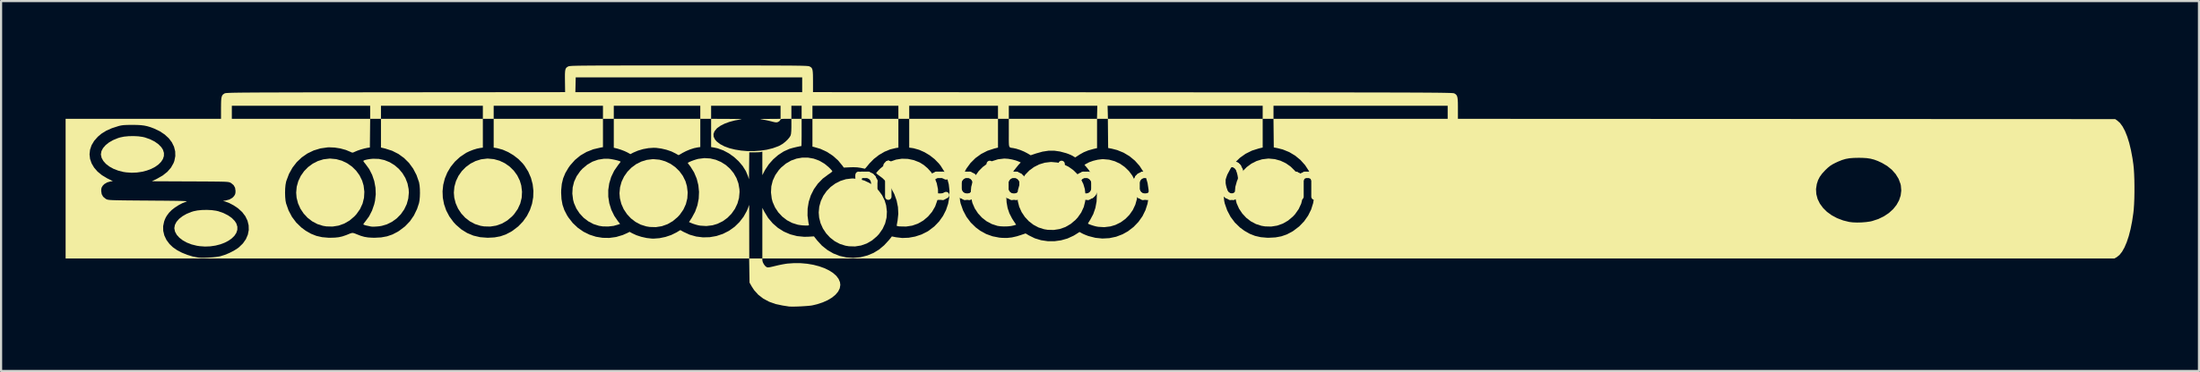
<source format=kicad_pcb>
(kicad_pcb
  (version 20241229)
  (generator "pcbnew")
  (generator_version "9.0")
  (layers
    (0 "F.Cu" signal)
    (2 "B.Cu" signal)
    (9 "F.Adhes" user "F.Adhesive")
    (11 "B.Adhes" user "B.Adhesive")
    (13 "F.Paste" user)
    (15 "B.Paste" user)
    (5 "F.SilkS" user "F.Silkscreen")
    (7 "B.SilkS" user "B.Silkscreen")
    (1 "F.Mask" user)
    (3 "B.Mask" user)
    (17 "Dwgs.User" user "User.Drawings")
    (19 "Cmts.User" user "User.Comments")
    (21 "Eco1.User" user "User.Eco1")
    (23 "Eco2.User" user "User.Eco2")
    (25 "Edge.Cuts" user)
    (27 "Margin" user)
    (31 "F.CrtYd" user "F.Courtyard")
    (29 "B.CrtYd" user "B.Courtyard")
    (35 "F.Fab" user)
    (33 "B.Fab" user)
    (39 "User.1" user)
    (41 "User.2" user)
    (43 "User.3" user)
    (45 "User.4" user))
  (footprint "piccolo_logo_100mm"
    (layer "F.Cu")
    (at 48.472 5.424)
    (property "Reference" "piccolo_logo_100mm" (at 0 0 0) (layer "F.SilkS") (effects (font (size 1.524 1.524) (thickness 0.3))))
    (attr board_only exclude_from_pos_files exclude_from_bom)
    (fp_poly (pts (xy -9.763 -1.594) (xy -9.882 -1.576) (xy -10.146 -1.512) (xy -10.411 -1.402) (xy -10.666 -1.252) (xy -10.902 -1.069) (xy -11.109 -0.858) (xy -11.156 -0.8) (xy -11.224 -0.717) (xy -11.279 -0.652) (xy -11.314 -0.616) (xy -11.322 -0.612) (xy -11.354 -0.618) (xy -11.423 -0.633) (xy -11.515 -0.652) (xy -11.523 -0.653) (xy -11.676 -0.675) (xy -11.856 -0.682) (xy -12.004 -0.678) (xy -12.301 -0.664) (xy -12.36 -0.748) (xy -12.567 -1) (xy -12.812 -1.218) (xy -13.088 -1.399) (xy -13.389 -1.538) (xy -13.686 -1.625) (xy -13.758 -1.641) (xy -13.758 -2.937) (xy -9.763 -2.937)) (stroke (width 0) (type solid)) (fill yes) (layer "F.SilkS"))
    (fp_poly (pts (xy -18.971 -1.621) (xy -19.1 -1.604) (xy -19.265 -1.569) (xy -19.451 -1.509) (xy -19.637 -1.431) (xy -19.795 -1.349) (xy -19.879 -1.299) (xy -19.944 -1.262) (xy -19.978 -1.245) (xy -19.981 -1.244) (xy -20.006 -1.257) (xy -20.063 -1.289) (xy -20.122 -1.323) (xy -20.313 -1.417) (xy -20.539 -1.494) (xy -20.78 -1.551) (xy -21.018 -1.583) (xy -21.14 -1.587) (xy -21.381 -1.571) (xy -21.632 -1.525) (xy -21.874 -1.453) (xy -22.087 -1.362) (xy -22.096 -1.357) (xy -22.218 -1.292) (xy -22.36 -1.371) (xy -22.489 -1.432) (xy -22.648 -1.493) (xy -22.814 -1.546) (xy -22.92 -1.572) (xy -22.992 -1.589) (xy -22.992 -2.937) (xy -18.971 -2.937)) (stroke (width 0) (type solid)) (fill yes) (layer "F.SilkS"))
    (fp_poly (pts (xy -35.894 -1.058) (xy -35.631 -0.985) (xy -35.386 -0.868) (xy -35.163 -0.712) (xy -34.969 -0.522) (xy -34.809 -0.302) (xy -34.689 -0.057) (xy -34.621 0.172) (xy -34.586 0.462) (xy -34.602 0.743) (xy -34.669 1.013) (xy -34.785 1.267) (xy -34.951 1.503) (xy -35.055 1.616) (xy -35.279 1.806) (xy -35.525 1.947) (xy -35.788 2.04) (xy -36.065 2.084) (xy -36.351 2.076) (xy -36.513 2.049) (xy -36.772 1.967) (xy -37.011 1.84) (xy -37.225 1.674) (xy -37.409 1.475) (xy -37.559 1.249) (xy -37.669 1.001) (xy -37.736 0.738) (xy -37.755 0.503) (xy -37.73 0.228) (xy -37.657 -0.033) (xy -37.542 -0.276) (xy -37.388 -0.496) (xy -37.201 -0.688) (xy -36.986 -0.847) (xy -36.747 -0.969) (xy -36.488 -1.05) (xy -36.215 -1.083) (xy -36.169 -1.084)) (stroke (width 0) (type solid)) (fill yes) (layer "F.SilkS"))
    (fp_poly (pts (xy -28.565 -1.058) (xy -28.302 -0.985) (xy -28.057 -0.868) (xy -27.834 -0.712) (xy -27.64 -0.522) (xy -27.48 -0.302) (xy -27.36 -0.057) (xy -27.292 0.172) (xy -27.257 0.462) (xy -27.273 0.743) (xy -27.34 1.013) (xy -27.457 1.267) (xy -27.622 1.503) (xy -27.726 1.616) (xy -27.951 1.806) (xy -28.196 1.947) (xy -28.459 2.04) (xy -28.736 2.084) (xy -29.022 2.076) (xy -29.184 2.049) (xy -29.443 1.967) (xy -29.682 1.84) (xy -29.896 1.674) (xy -30.08 1.475) (xy -30.23 1.249) (xy -30.34 1.001) (xy -30.407 0.738) (xy -30.426 0.503) (xy -30.401 0.228) (xy -30.328 -0.033) (xy -30.213 -0.276) (xy -30.059 -0.496) (xy -29.872 -0.688) (xy -29.657 -0.847) (xy -29.418 -0.969) (xy -29.159 -1.05) (xy -28.886 -1.083) (xy -28.84 -1.084)) (stroke (width 0) (type solid)) (fill yes) (layer "F.SilkS"))
    (fp_poly (pts (xy -20.866 -1.032) (xy -20.603 -0.958) (xy -20.357 -0.841) (xy -20.135 -0.686) (xy -19.941 -0.496) (xy -19.781 -0.276) (xy -19.66 -0.031) (xy -19.593 0.198) (xy -19.557 0.488) (xy -19.574 0.77) (xy -19.641 1.039) (xy -19.757 1.293) (xy -19.922 1.529) (xy -20.027 1.643) (xy -20.251 1.832) (xy -20.497 1.974) (xy -20.76 2.067) (xy -21.036 2.11) (xy -21.322 2.102) (xy -21.484 2.075) (xy -21.744 1.993) (xy -21.983 1.866) (xy -22.197 1.701) (xy -22.381 1.502) (xy -22.531 1.276) (xy -22.641 1.028) (xy -22.708 0.764) (xy -22.727 0.529) (xy -22.701 0.254) (xy -22.629 -0.007) (xy -22.513 -0.25) (xy -22.36 -0.469) (xy -22.173 -0.661) (xy -21.958 -0.821) (xy -21.718 -0.943) (xy -21.46 -1.023) (xy -21.187 -1.057) (xy -21.14 -1.057)) (stroke (width 0) (type solid)) (fill yes) (layer "F.SilkS"))
    (fp_poly (pts (xy -11.605 -0.132) (xy -11.343 -0.059) (xy -11.097 0.058) (xy -10.874 0.214) (xy -10.68 0.404) (xy -10.52 0.624) (xy -10.4 0.869) (xy -10.332 1.098) (xy -10.297 1.388) (xy -10.313 1.669) (xy -10.38 1.939) (xy -10.497 2.193) (xy -10.662 2.429) (xy -10.766 2.542) (xy -10.991 2.732) (xy -11.236 2.873) (xy -11.499 2.966) (xy -11.776 3.01) (xy -12.062 3.002) (xy -12.224 2.975) (xy -12.483 2.893) (xy -12.722 2.766) (xy -12.936 2.6) (xy -13.12 2.401) (xy -13.27 2.175) (xy -13.381 1.927) (xy -13.447 1.664) (xy -13.466 1.429) (xy -13.441 1.154) (xy -13.368 0.893) (xy -13.253 0.65) (xy -13.099 0.43) (xy -12.913 0.238) (xy -12.697 0.079) (xy -12.458 -0.043) (xy -12.2 -0.124) (xy -11.927 -0.157) (xy -11.88 -0.158)) (stroke (width 0) (type solid)) (fill yes) (layer "F.SilkS"))
    (fp_poly (pts (xy -2.371 -0.9) (xy -2.109 -0.826) (xy -1.863 -0.709) (xy -1.64 -0.553) (xy -1.446 -0.363) (xy -1.286 -0.143) (xy -1.166 0.102) (xy -1.098 0.331) (xy -1.063 0.621) (xy -1.079 0.902) (xy -1.146 1.171) (xy -1.263 1.426) (xy -1.428 1.662) (xy -1.532 1.775) (xy -1.757 1.964) (xy -2.002 2.106) (xy -2.266 2.199) (xy -2.542 2.242) (xy -2.828 2.235) (xy -2.99 2.208) (xy -3.249 2.126) (xy -3.488 1.999) (xy -3.702 1.833) (xy -3.886 1.634) (xy -4.036 1.408) (xy -4.147 1.16) (xy -4.213 0.897) (xy -4.232 0.661) (xy -4.207 0.387) (xy -4.134 0.125) (xy -4.019 -0.117) (xy -3.865 -0.337) (xy -3.679 -0.529) (xy -3.463 -0.688) (xy -3.224 -0.811) (xy -2.966 -0.891) (xy -2.693 -0.924) (xy -2.646 -0.925)) (stroke (width 0) (type solid)) (fill yes) (layer "F.SilkS"))
    (fp_poly (pts (xy 7.736 -1.058) (xy 7.998 -0.985) (xy 8.244 -0.868) (xy 8.467 -0.712) (xy 8.661 -0.522) (xy 8.821 -0.302) (xy 8.941 -0.057) (xy 9.009 0.172) (xy 9.044 0.462) (xy 9.028 0.743) (xy 8.961 1.013) (xy 8.844 1.267) (xy 8.679 1.503) (xy 8.575 1.616) (xy 8.35 1.806) (xy 8.105 1.947) (xy 7.842 2.04) (xy 7.565 2.084) (xy 7.279 2.076) (xy 7.117 2.049) (xy 6.858 1.967) (xy 6.619 1.84) (xy 6.405 1.674) (xy 6.221 1.475) (xy 6.071 1.249) (xy 5.96 1.001) (xy 5.894 0.738) (xy 5.875 0.503) (xy 5.9 0.228) (xy 5.973 -0.033) (xy 6.088 -0.276) (xy 6.242 -0.496) (xy 6.428 -0.688) (xy 6.644 -0.847) (xy 6.883 -0.969) (xy 7.142 -1.05) (xy 7.414 -1.083) (xy 7.461 -1.084)) (stroke (width 0) (type solid)) (fill yes) (layer "F.SilkS"))
    (fp_poly (pts (xy -45.093 -2.122) (xy -44.891 -2.094) (xy -44.786 -2.069) (xy -44.544 -1.984) (xy -44.332 -1.877) (xy -44.156 -1.751) (xy -44.021 -1.612) (xy -43.948 -1.497) (xy -43.902 -1.348) (xy -43.904 -1.203) (xy -43.95 -1.062) (xy -44.036 -0.93) (xy -44.159 -0.807) (xy -44.312 -0.698) (xy -44.493 -0.604) (xy -44.697 -0.527) (xy -44.919 -0.47) (xy -45.156 -0.435) (xy -45.403 -0.425) (xy -45.655 -0.442) (xy -45.786 -0.462) (xy -46.028 -0.523) (xy -46.247 -0.608) (xy -46.439 -0.714) (xy -46.598 -0.837) (xy -46.72 -0.973) (xy -46.799 -1.118) (xy -46.831 -1.269) (xy -46.831 -1.287) (xy -46.806 -1.433) (xy -46.731 -1.575) (xy -46.613 -1.711) (xy -46.456 -1.836) (xy -46.264 -1.946) (xy -46.041 -2.038) (xy -45.94 -2.069) (xy -45.759 -2.107) (xy -45.545 -2.128) (xy -45.318 -2.133)) (stroke (width 0) (type solid)) (fill yes) (layer "F.SilkS"))
    (fp_poly (pts (xy -41.68 1.318) (xy -41.478 1.346) (xy -41.373 1.37) (xy -41.131 1.455) (xy -40.919 1.563) (xy -40.742 1.688) (xy -40.608 1.827) (xy -40.535 1.942) (xy -40.489 2.091) (xy -40.491 2.237) (xy -40.537 2.377) (xy -40.623 2.51) (xy -40.745 2.632) (xy -40.899 2.742) (xy -41.08 2.836) (xy -41.284 2.913) (xy -41.506 2.97) (xy -41.743 3.005) (xy -41.989 3.015) (xy -42.242 2.997) (xy -42.373 2.977) (xy -42.615 2.917) (xy -42.834 2.832) (xy -43.026 2.726) (xy -43.185 2.603) (xy -43.307 2.467) (xy -43.386 2.321) (xy -43.418 2.171) (xy -43.418 2.152) (xy -43.392 2.007) (xy -43.318 1.864) (xy -43.2 1.728) (xy -43.043 1.603) (xy -42.851 1.493) (xy -42.628 1.402) (xy -42.526 1.37) (xy -42.346 1.333) (xy -42.132 1.312) (xy -41.905 1.307)) (stroke (width 0) (type solid)) (fill yes) (layer "F.SilkS"))
    (fp_poly (pts (xy -0.529 -1.572) (xy -0.708 -1.53) (xy -0.943 -1.463) (xy -1.146 -1.38) (xy -1.337 -1.273) (xy -1.361 -1.257) (xy -1.445 -1.202) (xy -1.509 -1.161) (xy -1.542 -1.14) (xy -1.545 -1.139) (xy -1.567 -1.152) (xy -1.62 -1.184) (xy -1.654 -1.205) (xy -1.733 -1.246) (xy -1.84 -1.292) (xy -1.953 -1.333) (xy -1.958 -1.335) (xy -2.247 -1.413) (xy -2.519 -1.452) (xy -2.787 -1.45) (xy -3.062 -1.408) (xy -3.358 -1.325) (xy -3.374 -1.32) (xy -3.613 -1.239) (xy -3.772 -1.333) (xy -3.925 -1.412) (xy -4.101 -1.485) (xy -4.279 -1.542) (xy -4.421 -1.573) (xy -4.485 -1.582) (xy -4.535 -1.59) (xy -4.572 -1.604) (xy -4.598 -1.629) (xy -4.615 -1.672) (xy -4.625 -1.74) (xy -4.629 -1.838) (xy -4.631 -1.973) (xy -4.63 -2.151) (xy -4.63 -2.277) (xy -4.63 -2.937) (xy -0.529 -2.937)) (stroke (width 0) (type solid)) (fill yes) (layer "F.SilkS"))
    (fp_poly (pts (xy -4.655 -1.073) (xy -4.477 -1.042) (xy -4.307 -0.997) (xy -4.195 -0.956) (xy -4.077 -0.904) (xy -4.183 -0.789) (xy -4.394 -0.527) (xy -4.555 -0.249) (xy -4.666 0.047) (xy -4.73 0.364) (xy -4.748 0.661) (xy -4.733 0.957) (xy -4.686 1.222) (xy -4.603 1.467) (xy -4.481 1.705) (xy -4.421 1.8) (xy -4.29 1.998) (xy -4.401 2.032) (xy -4.527 2.059) (xy -4.685 2.075) (xy -4.856 2.079) (xy -5.021 2.071) (xy -5.159 2.051) (xy -5.159 2.051) (xy -5.423 1.965) (xy -5.664 1.836) (xy -5.879 1.668) (xy -6.063 1.467) (xy -6.212 1.239) (xy -6.321 0.989) (xy -6.385 0.724) (xy -6.402 0.503) (xy -6.377 0.228) (xy -6.304 -0.033) (xy -6.189 -0.276) (xy -6.035 -0.496) (xy -5.848 -0.688) (xy -5.633 -0.847) (xy -5.394 -0.969) (xy -5.135 -1.05) (xy -4.862 -1.083) (xy -4.815 -1.084)) (stroke (width 0) (type solid)) (fill yes) (layer "F.SilkS"))
    (fp_poly (pts (xy -23.244 -1.076) (xy -23.147 -1.065) (xy -23.036 -1.046) (xy -22.922 -1.022) (xy -22.817 -0.996) (xy -22.734 -0.97) (xy -22.684 -0.948) (xy -22.675 -0.938) (xy -22.69 -0.913) (xy -22.731 -0.858) (xy -22.788 -0.787) (xy -22.789 -0.785) (xy -22.974 -0.518) (xy -23.112 -0.231) (xy -23.203 0.07) (xy -23.249 0.379) (xy -23.248 0.692) (xy -23.2 1.001) (xy -23.106 1.303) (xy -22.966 1.59) (xy -22.804 1.826) (xy -22.7 1.959) (xy -22.773 1.987) (xy -23.001 2.052) (xy -23.252 2.081) (xy -23.506 2.076) (xy -23.68 2.049) (xy -23.939 1.967) (xy -24.179 1.839) (xy -24.395 1.672) (xy -24.581 1.472) (xy -24.732 1.243) (xy -24.841 0.993) (xy -24.884 0.833) (xy -24.919 0.544) (xy -24.903 0.262) (xy -24.836 -0.007) (xy -24.719 -0.262) (xy -24.554 -0.497) (xy -24.45 -0.611) (xy -24.226 -0.8) (xy -23.982 -0.942) (xy -23.72 -1.034) (xy -23.445 -1.077)) (stroke (width 0) (type solid)) (fill yes) (layer "F.SilkS"))
    (fp_poly (pts (xy -18.51 -1.09) (xy -18.251 -1.029) (xy -18.009 -0.926) (xy -17.786 -0.786) (xy -17.59 -0.612) (xy -17.423 -0.409) (xy -17.291 -0.179) (xy -17.199 0.072) (xy -17.152 0.343) (xy -17.146 0.476) (xy -17.171 0.751) (xy -17.245 1.014) (xy -17.362 1.259) (xy -17.518 1.482) (xy -17.708 1.676) (xy -17.928 1.836) (xy -18.173 1.956) (xy -18.402 2.024) (xy -18.69 2.059) (xy -18.974 2.041) (xy -19.066 2.024) (xy -19.181 1.994) (xy -19.301 1.955) (xy -19.361 1.932) (xy -19.496 1.874) (xy -19.367 1.677) (xy -19.213 1.394) (xy -19.105 1.094) (xy -19.044 0.783) (xy -19.03 0.468) (xy -19.061 0.155) (xy -19.138 -0.151) (xy -19.261 -0.442) (xy -19.429 -0.713) (xy -19.475 -0.772) (xy -19.521 -0.832) (xy -19.549 -0.873) (xy -19.553 -0.881) (xy -19.529 -0.901) (xy -19.468 -0.932) (xy -19.38 -0.969) (xy -19.278 -1.007) (xy -19.174 -1.041) (xy -19.081 -1.067) (xy -19.057 -1.072) (xy -18.78 -1.106)) (stroke (width 0) (type solid)) (fill yes) (layer "F.SilkS"))
    (fp_poly (pts (xy -13.703 -1.083) (xy -13.446 -0.989) (xy -13.204 -0.849) (xy -13.015 -0.695) (xy -12.936 -0.618) (xy -12.874 -0.551) (xy -12.839 -0.506) (xy -12.833 -0.493) (xy -12.854 -0.466) (xy -12.91 -0.42) (xy -12.99 -0.364) (xy -13.021 -0.344) (xy -13.283 -0.148) (xy -13.506 0.083) (xy -13.69 0.342) (xy -13.832 0.625) (xy -13.93 0.928) (xy -13.982 1.245) (xy -13.987 1.572) (xy -13.943 1.904) (xy -13.926 1.978) (xy -13.921 2.009) (xy -13.933 2.027) (xy -13.973 2.034) (xy -14.05 2.036) (xy -14.093 2.035) (xy -14.222 2.028) (xy -14.361 2.011) (xy -14.446 1.996) (xy -14.705 1.914) (xy -14.945 1.787) (xy -15.161 1.619) (xy -15.347 1.419) (xy -15.498 1.19) (xy -15.607 0.94) (xy -15.65 0.781) (xy -15.685 0.491) (xy -15.669 0.209) (xy -15.602 -0.06) (xy -15.485 -0.314) (xy -15.32 -0.55) (xy -15.216 -0.664) (xy -14.995 -0.85) (xy -14.754 -0.99) (xy -14.498 -1.083) (xy -14.234 -1.129) (xy -13.967 -1.129)) (stroke (width 0) (type solid)) (fill yes) (layer "F.SilkS"))
    (fp_poly (pts (xy -9.323 -1.07) (xy -9.045 -1.012) (xy -8.784 -0.909) (xy -8.589 -0.79) (xy -8.403 -0.632) (xy -8.238 -0.449) (xy -8.109 -0.254) (xy -8.087 -0.212) (xy -7.98 0.064) (xy -7.923 0.342) (xy -7.918 0.619) (xy -7.962 0.889) (xy -8.055 1.149) (xy -8.196 1.393) (xy -8.385 1.616) (xy -8.61 1.806) (xy -8.855 1.947) (xy -9.12 2.04) (xy -9.404 2.083) (xy -9.707 2.077) (xy -9.757 2.071) (xy -9.815 2.059) (xy -9.842 2.046) (xy -9.842 2.044) (xy -9.838 2.013) (xy -9.826 1.942) (xy -9.808 1.845) (xy -9.8 1.801) (xy -9.767 1.489) (xy -9.783 1.177) (xy -9.845 0.869) (xy -9.951 0.574) (xy -10.097 0.297) (xy -10.282 0.046) (xy -10.502 -0.173) (xy -10.661 -0.293) (xy -10.731 -0.345) (xy -10.78 -0.388) (xy -10.794 -0.409) (xy -10.777 -0.437) (xy -10.729 -0.493) (xy -10.659 -0.567) (xy -10.603 -0.623) (xy -10.378 -0.808) (xy -10.133 -0.946) (xy -9.872 -1.036) (xy -9.601 -1.078)) (stroke (width 0) (type solid)) (fill yes) (layer "F.SilkS"))
    (fp_poly (pts (xy 0.037 -1.032) (xy 0.298 -0.959) (xy 0.541 -0.844) (xy 0.76 -0.69) (xy 0.952 -0.504) (xy 1.112 -0.288) (xy 1.234 -0.049) (xy 1.314 0.209) (xy 1.348 0.482) (xy 1.348 0.529) (xy 1.323 0.804) (xy 1.249 1.066) (xy 1.133 1.312) (xy 0.977 1.535) (xy 0.787 1.729) (xy 0.567 1.889) (xy 0.322 2.009) (xy 0.093 2.077) (xy -0.194 2.112) (xy -0.475 2.095) (xy -0.569 2.078) (xy -0.663 2.054) (xy -0.761 2.024) (xy -0.851 1.993) (xy -0.919 1.965) (xy -0.951 1.946) (xy -0.953 1.943) (xy -0.939 1.918) (xy -0.904 1.86) (xy -0.855 1.782) (xy -0.848 1.771) (xy -0.705 1.503) (xy -0.606 1.215) (xy -0.55 0.913) (xy -0.537 0.606) (xy -0.567 0.3) (xy -0.638 0.002) (xy -0.751 -0.28) (xy -0.904 -0.539) (xy -1.013 -0.676) (xy -1.113 -0.791) (xy -1.053 -0.831) (xy -0.897 -0.913) (xy -0.708 -0.981) (xy -0.505 -1.03) (xy -0.307 -1.055) (xy -0.238 -1.057)) (stroke (width 0) (type solid)) (fill yes) (layer "F.SilkS"))
    (fp_poly (pts (xy -33.913 -1.069) (xy -33.653 -1.014) (xy -33.408 -0.915) (xy -33.183 -0.777) (xy -32.983 -0.605) (xy -32.813 -0.402) (xy -32.677 -0.174) (xy -32.58 0.075) (xy -32.527 0.341) (xy -32.518 0.503) (xy -32.544 0.777) (xy -32.617 1.04) (xy -32.734 1.285) (xy -32.89 1.508) (xy -33.08 1.702) (xy -33.3 1.862) (xy -33.545 1.983) (xy -33.774 2.05) (xy -33.885 2.069) (xy -34.009 2.081) (xy -34.131 2.088) (xy -34.234 2.087) (xy -34.302 2.078) (xy -34.303 2.078) (xy -34.342 2.068) (xy -34.415 2.052) (xy -34.482 2.038) (xy -34.563 2.017) (xy -34.618 1.995) (xy -34.634 1.98) (xy -34.618 1.947) (xy -34.576 1.889) (xy -34.535 1.839) (xy -34.366 1.608) (xy -34.229 1.34) (xy -34.127 1.044) (xy -34.089 0.877) (xy -34.056 0.577) (xy -34.069 0.27) (xy -34.125 -0.033) (xy -34.223 -0.324) (xy -34.359 -0.592) (xy -34.531 -0.829) (xy -34.535 -0.834) (xy -34.589 -0.9) (xy -34.625 -0.952) (xy -34.634 -0.973) (xy -34.609 -0.997) (xy -34.542 -1.021) (xy -34.442 -1.044) (xy -34.319 -1.064) (xy -34.184 -1.077) (xy -34.184 -1.077)) (stroke (width 0) (type solid)) (fill yes) (layer "F.SilkS"))
    (fp_poly (pts (xy -14.261 -2.302) (xy -14.261 -2.125) (xy -14.263 -1.967) (xy -14.265 -1.835) (xy -14.267 -1.737) (xy -14.27 -1.679) (xy -14.272 -1.667) (xy -14.325 -1.66) (xy -14.413 -1.643) (xy -14.523 -1.618) (xy -14.638 -1.59) (xy -14.743 -1.562) (xy -14.825 -1.537) (xy -14.83 -1.536) (xy -15.094 -1.417) (xy -15.347 -1.253) (xy -15.58 -1.051) (xy -15.786 -0.819) (xy -15.956 -0.563) (xy -15.991 -0.498) (xy -16.087 -0.312) (xy -16.087 -1.408) (xy -16.146 -1.393) (xy -16.199 -1.385) (xy -16.288 -1.38) (xy -16.399 -1.377) (xy -16.45 -1.376) (xy -16.694 -1.376) (xy -16.701 -0.748) (xy -16.708 -0.121) (xy -16.754 -0.265) (xy -16.857 -0.508) (xy -17.005 -0.743) (xy -17.191 -0.962) (xy -17.407 -1.16) (xy -17.646 -1.33) (xy -17.901 -1.466) (xy -18.163 -1.562) (xy -18.349 -1.602) (xy -18.468 -1.62) (xy -18.468 -2.937) (xy -17.694 -2.934) (xy -17.471 -2.932) (xy -17.299 -2.93) (xy -17.174 -2.927) (xy -17.095 -2.924) (xy -17.058 -2.919) (xy -17.062 -2.914) (xy -17.102 -2.907) (xy -17.367 -2.861) (xy -17.616 -2.795) (xy -17.84 -2.712) (xy -18.032 -2.615) (xy -18.182 -2.508) (xy -18.213 -2.479) (xy -18.312 -2.354) (xy -18.358 -2.229) (xy -18.351 -2.104) (xy -18.291 -1.979) (xy -18.213 -1.886) (xy -18.054 -1.761) (xy -17.853 -1.655) (xy -17.618 -1.568) (xy -17.354 -1.503) (xy -17.071 -1.458) (xy -16.774 -1.434) (xy -16.471 -1.433) (xy -16.17 -1.454) (xy -15.878 -1.498) (xy -15.602 -1.566) (xy -15.349 -1.658) (xy -15.298 -1.681) (xy -15.161 -1.759) (xy -15.027 -1.86) (xy -14.908 -1.973) (xy -14.816 -2.086) (xy -14.773 -2.162) (xy -14.754 -2.24) (xy -14.742 -2.368) (xy -14.737 -2.547) (xy -14.737 -2.592) (xy -14.737 -2.937) (xy -14.261 -2.937)) (stroke (width 0) (type solid)) (fill yes) (layer "F.SilkS"))
    (fp_poly (pts (xy -18.863 -5.424) (xy -18.276 -5.424) (xy -17.738 -5.424) (xy -17.247 -5.423) (xy -16.8 -5.423) (xy -16.395 -5.423) (xy -16.031 -5.422) (xy -15.704 -5.421) (xy -15.413 -5.421) (xy -15.155 -5.419) (xy -14.93 -5.418) (xy -14.733 -5.417) (xy -14.564 -5.415) (xy -14.42 -5.413) (xy -14.298 -5.411) (xy -14.198 -5.408) (xy -14.116 -5.405) (xy -14.051 -5.402) (xy -14 -5.398) (xy -13.961 -5.395) (xy -13.933 -5.39) (xy -13.912 -5.386) (xy -13.897 -5.38) (xy -13.891 -5.378) (xy -13.84 -5.349) (xy -13.801 -5.316) (xy -13.773 -5.27) (xy -13.754 -5.206) (xy -13.742 -5.116) (xy -13.735 -4.992) (xy -13.733 -4.827) (xy -13.732 -4.69) (xy -13.732 -4.181) (xy 1.131 -4.174) (xy 2.193 -4.173) (xy 3.202 -4.173) (xy 4.162 -4.172) (xy 5.072 -4.172) (xy 5.935 -4.172) (xy 6.751 -4.171) (xy 7.522 -4.171) (xy 8.25 -4.17) (xy 8.934 -4.17) (xy 9.578 -4.169) (xy 10.181 -4.168) (xy 10.746 -4.168) (xy 11.273 -4.167) (xy 11.764 -4.166) (xy 12.22 -4.166) (xy 12.643 -4.165) (xy 13.033 -4.164) (xy 13.393 -4.163) (xy 13.723 -4.162) (xy 14.024 -4.161) (xy 14.299 -4.16) (xy 14.547 -4.159) (xy 14.771 -4.157) (xy 14.972 -4.156) (xy 15.151 -4.154) (xy 15.309 -4.153) (xy 15.449 -4.151) (xy 15.57 -4.149) (xy 15.674 -4.147) (xy 15.763 -4.145) (xy 15.837 -4.143) (xy 15.899 -4.141) (xy 15.949 -4.138) (xy 15.989 -4.136) (xy 16.02 -4.133) (xy 16.043 -4.13) (xy 16.06 -4.127) (xy 16.072 -4.124) (xy 16.079 -4.121) (xy 16.08 -4.12) (xy 16.134 -4.087) (xy 16.174 -4.048) (xy 16.204 -3.996) (xy 16.224 -3.924) (xy 16.236 -3.825) (xy 16.243 -3.69) (xy 16.245 -3.513) (xy 16.245 -3.428) (xy 16.245 -2.937) (xy 46.795 -2.924) (xy 46.893 -2.857) (xy 47.021 -2.743) (xy 47.141 -2.578) (xy 47.253 -2.367) (xy 47.356 -2.11) (xy 47.449 -1.812) (xy 47.53 -1.474) (xy 47.6 -1.099) (xy 47.642 -0.807) (xy 47.662 -0.606) (xy 47.677 -0.364) (xy 47.687 -0.094) (xy 47.691 0.194) (xy 47.691 0.486) (xy 47.686 0.772) (xy 47.675 1.039) (xy 47.659 1.275) (xy 47.642 1.442) (xy 47.583 1.839) (xy 47.511 2.201) (xy 47.427 2.527) (xy 47.332 2.813) (xy 47.228 3.057) (xy 47.115 3.257) (xy 46.994 3.409) (xy 46.867 3.511) (xy 46.86 3.515) (xy 46.758 3.572) (xy 15.336 3.572) (xy -16.087 3.572) (xy -16.087 3.652) (xy -16.068 3.738) (xy -16.021 3.833) (xy -15.958 3.918) (xy -15.891 3.972) (xy -15.887 3.974) (xy -15.85 3.985) (xy -15.799 3.985) (xy -15.724 3.975) (xy -15.616 3.951) (xy -15.484 3.919) (xy -15.332 3.883) (xy -15.172 3.85) (xy -15.026 3.824) (xy -14.922 3.809) (xy -14.607 3.787) (xy -14.297 3.79) (xy -13.997 3.817) (xy -13.712 3.866) (xy -13.445 3.936) (xy -13.201 4.023) (xy -12.984 4.128) (xy -12.799 4.247) (xy -12.65 4.379) (xy -12.542 4.523) (xy -12.478 4.676) (xy -12.462 4.802) (xy -12.488 4.96) (xy -12.563 5.112) (xy -12.684 5.257) (xy -12.846 5.392) (xy -13.047 5.513) (xy -13.282 5.618) (xy -13.548 5.705) (xy -13.759 5.755) (xy -13.848 5.769) (xy -13.973 5.781) (xy -14.123 5.792) (xy -14.286 5.802) (xy -14.45 5.809) (xy -14.604 5.813) (xy -14.735 5.813) (xy -14.833 5.81) (xy -14.87 5.806) (xy -14.928 5.796) (xy -15.02 5.782) (xy -15.126 5.766) (xy -15.134 5.765) (xy -15.47 5.694) (xy -15.773 5.586) (xy -16.042 5.442) (xy -16.274 5.263) (xy -16.466 5.05) (xy -16.577 4.881) (xy -16.682 4.696) (xy -16.691 4.134) (xy -16.7 3.572) (xy -48.472 3.572) (xy -48.472 -1.282) (xy -47.36 -1.282) (xy -47.336 -1.07) (xy -47.265 -0.863) (xy -47.149 -0.665) (xy -46.989 -0.479) (xy -46.784 -0.311) (xy -46.537 -0.162) (xy -46.507 -0.147) (xy -46.276 -0.033) (xy -46.378 -0.02) (xy -46.537 0.024) (xy -46.673 0.104) (xy -46.747 0.18) (xy -46.791 0.251) (xy -46.813 0.325) (xy -46.818 0.423) (xy -46.795 0.572) (xy -46.728 0.694) (xy -46.614 0.788) (xy -46.575 0.81) (xy -46.553 0.82) (xy -46.527 0.828) (xy -46.493 0.835) (xy -46.447 0.841) (xy -46.385 0.847) (xy -46.303 0.851) (xy -46.198 0.855) (xy -46.066 0.858) (xy -45.902 0.861) (xy -45.704 0.864) (xy -45.467 0.866) (xy -45.187 0.869) (xy -44.861 0.871) (xy -44.609 0.873) (xy -44.248 0.876) (xy -43.937 0.878) (xy -43.672 0.881) (xy -43.451 0.883) (xy -43.269 0.886) (xy -43.124 0.889) (xy -43.013 0.893) (xy -42.933 0.896) (xy -42.879 0.901) (xy -42.85 0.906) (xy -42.841 0.911) (xy -42.849 0.918) (xy -42.862 0.922) (xy -43.035 0.989) (xy -43.215 1.083) (xy -43.39 1.195) (xy -43.543 1.315) (xy -43.661 1.435) (xy -43.67 1.446) (xy -43.754 1.558) (xy -43.813 1.653) (xy -43.859 1.754) (xy -43.893 1.848) (xy -43.939 2.065) (xy -43.935 2.284) (xy -43.883 2.5) (xy -43.784 2.708) (xy -43.641 2.9) (xy -43.482 3.051) (xy -43.293 3.182) (xy -43.067 3.301) (xy -42.817 3.402) (xy -42.56 3.48) (xy -42.308 3.528) (xy -42.307 3.529) (xy -42.18 3.538) (xy -42.017 3.538) (xy -41.835 3.531) (xy -41.649 3.518) (xy -41.475 3.5) (xy -41.329 3.477) (xy -41.275 3.465) (xy -41.069 3.401) (xy -40.855 3.312) (xy -40.652 3.208) (xy -40.476 3.096) (xy -40.417 3.051) (xy -40.231 2.87) (xy -40.092 2.671) (xy -40.002 2.461) (xy -39.959 2.244) (xy -39.965 2.025) (xy -40.018 1.809) (xy -40.118 1.602) (xy -40.266 1.407) (xy -40.46 1.23) (xy -40.468 1.225) (xy -40.664 1.094) (xy -40.865 0.988) (xy -41.037 0.923) (xy -41.156 0.887) (xy -41.033 0.869) (xy -40.857 0.823) (xy -40.718 0.742) (xy -40.645 0.666) (xy -40.601 0.596) (xy -40.579 0.522) (xy -40.579 0.511) (xy -38.272 0.511) (xy -38.266 0.702) (xy -38.25 0.875) (xy -38.225 1.002) (xy -38.109 1.332) (xy -37.951 1.631) (xy -37.752 1.897) (xy -37.513 2.129) (xy -37.312 2.278) (xy -37.065 2.419) (xy -36.816 2.518) (xy -36.552 2.578) (xy -36.26 2.604) (xy -36.169 2.605) (xy -35.956 2.599) (xy -35.777 2.58) (xy -35.611 2.543) (xy -35.439 2.485) (xy -35.338 2.444) (xy -35.237 2.403) (xy -35.165 2.383) (xy -35.102 2.384) (xy -35.028 2.406) (xy -34.935 2.444) (xy -34.752 2.515) (xy -34.585 2.563) (xy -34.415 2.591) (xy -34.223 2.603) (xy -34.105 2.605) (xy -33.803 2.589) (xy -33.531 2.539) (xy -33.279 2.452) (xy -33.033 2.324) (xy -32.962 2.278) (xy -32.694 2.074) (xy -32.468 1.838) (xy -32.283 1.568) (xy -32.136 1.264) (xy -32.046 0.992) (xy -32.022 0.863) (xy -32.007 0.699) (xy -32.001 0.517) (xy -32.003 0.439) (xy -30.951 0.439) (xy -30.939 0.741) (xy -30.882 1.04) (xy -30.782 1.332) (xy -30.636 1.611) (xy -30.444 1.873) (xy -30.328 1.999) (xy -30.077 2.217) (xy -29.807 2.385) (xy -29.516 2.506) (xy -29.201 2.579) (xy -28.863 2.605) (xy -28.84 2.605) (xy -28.537 2.589) (xy -28.266 2.539) (xy -28.014 2.452) (xy -27.768 2.324) (xy -27.696 2.278) (xy -27.434 2.077) (xy -27.211 1.845) (xy -27.03 1.589) (xy -26.89 1.313) (xy -26.792 1.022) (xy -26.738 0.721) (xy -26.731 0.503) (xy -25.439 0.503) (xy -25.423 0.801) (xy -25.375 1.068) (xy -25.29 1.316) (xy -25.164 1.56) (xy -25.1 1.66) (xy -24.897 1.921) (xy -24.662 2.142) (xy -24.401 2.323) (xy -24.119 2.462) (xy -23.821 2.558) (xy -23.513 2.608) (xy -23.199 2.613) (xy -22.884 2.57) (xy -22.575 2.478) (xy -22.366 2.386) (xy -22.256 2.33) (xy -22.139 2.395) (xy -21.94 2.487) (xy -21.71 2.562) (xy -21.467 2.616) (xy -21.23 2.643) (xy -21.143 2.646) (xy -20.87 2.625) (xy -20.589 2.567) (xy -20.319 2.476) (xy -20.079 2.357) (xy -20.072 2.353) (xy -19.898 2.248) (xy -19.757 2.328) (xy -19.467 2.462) (xy -19.162 2.548) (xy -18.849 2.587) (xy -18.534 2.579) (xy -18.222 2.525) (xy -17.921 2.425) (xy -17.636 2.281) (xy -17.374 2.093) (xy -17.371 2.09) (xy -17.149 1.872) (xy -16.96 1.626) (xy -16.813 1.364) (xy -16.759 1.237) (xy -16.698 1.072) (xy -16.697 2.322) (xy -16.695 3.572) (xy -16.087 3.572) (xy -16.087 1.212) (xy -15.991 1.397) (xy -15.815 1.685) (xy -15.602 1.936) (xy -15.358 2.148) (xy -15.085 2.319) (xy -14.789 2.446) (xy -14.474 2.528) (xy -14.143 2.561) (xy -13.954 2.557) (xy -13.687 2.541) (xy -13.537 2.732) (xy -13.316 2.974) (xy -13.064 3.175) (xy -12.788 3.336) (xy -12.493 3.452) (xy -12.184 3.522) (xy -11.867 3.544) (xy -11.548 3.516) (xy -11.505 3.508) (xy -11.198 3.429) (xy -10.919 3.312) (xy -10.663 3.156) (xy -10.424 2.955) (xy -10.195 2.706) (xy -10.12 2.612) (xy -10.067 2.543) (xy -9.869 2.583) (xy -9.582 2.616) (xy -9.282 2.604) (xy -8.981 2.549) (xy -8.69 2.453) (xy -8.419 2.318) (xy -8.355 2.278) (xy -8.093 2.077) (xy -7.87 1.845) (xy -7.689 1.589) (xy -7.549 1.313) (xy -7.451 1.022) (xy -7.397 0.721) (xy -7.39 0.511) (xy -6.919 0.511) (xy -6.913 0.702) (xy -6.897 0.875) (xy -6.872 1.002) (xy -6.756 1.332) (xy -6.598 1.631) (xy -6.399 1.897) (xy -6.16 2.129) (xy -5.959 2.278) (xy -5.682 2.431) (xy -5.388 2.537) (xy -5.071 2.599) (xy -4.933 2.611) (xy -4.707 2.614) (xy -4.487 2.59) (xy -4.256 2.537) (xy -4.088 2.484) (xy -3.85 2.404) (xy -3.694 2.497) (xy -3.423 2.631) (xy -3.13 2.72) (xy -2.824 2.765) (xy -2.512 2.767) (xy -2.203 2.725) (xy -1.904 2.64) (xy -1.623 2.511) (xy -1.522 2.45) (xy -1.343 2.336) (xy -1.23 2.399) (xy -1.146 2.44) (xy -1.035 2.486) (xy -0.931 2.525) (xy -0.608 2.608) (xy -0.282 2.641) (xy 0.041 2.624) (xy 0.357 2.558) (xy 0.658 2.443) (xy 0.905 2.305) (xy 1.171 2.1) (xy 1.397 1.864) (xy 1.582 1.602) (xy 1.722 1.317) (xy 1.818 1.016) (xy 1.867 0.702) (xy 1.868 0.511) (xy 5.358 0.511) (xy 5.363 0.702) (xy 5.38 0.875) (xy 5.405 1.002) (xy 5.521 1.332) (xy 5.678 1.631) (xy 5.877 1.897) (xy 6.116 2.129) (xy 6.318 2.278) (xy 6.564 2.419) (xy 6.814 2.518) (xy 7.078 2.578) (xy 7.37 2.604) (xy 7.461 2.605) (xy 7.763 2.589) (xy 8.035 2.539) (xy 8.287 2.452) (xy 8.533 2.324) (xy 8.604 2.278) (xy 8.871 2.074) (xy 9.097 1.838) (xy 9.281 1.575) (xy 9.422 1.291) (xy 9.517 0.989) (xy 9.567 0.676) (xy 9.568 0.354) (xy 9.565 0.337) (xy 32.89 0.337) (xy 32.904 0.572) (xy 32.964 0.799) (xy 33.069 1.014) (xy 33.215 1.214) (xy 33.399 1.397) (xy 33.619 1.557) (xy 33.871 1.692) (xy 34.153 1.799) (xy 34.431 1.868) (xy 34.598 1.888) (xy 34.797 1.896) (xy 35.011 1.891) (xy 35.221 1.874) (xy 35.41 1.847) (xy 35.494 1.828) (xy 35.785 1.733) (xy 36.046 1.606) (xy 36.277 1.452) (xy 36.473 1.274) (xy 36.631 1.077) (xy 36.749 0.864) (xy 36.824 0.639) (xy 36.853 0.406) (xy 36.833 0.168) (xy 36.816 0.094) (xy 36.728 -0.141) (xy 36.593 -0.361) (xy 36.415 -0.563) (xy 36.199 -0.739) (xy 35.953 -0.884) (xy 35.763 -0.972) (xy 35.591 -1.036) (xy 35.423 -1.079) (xy 35.243 -1.106) (xy 35.037 -1.118) (xy 34.872 -1.12) (xy 34.639 -1.115) (xy 34.443 -1.099) (xy 34.269 -1.068) (xy 34.101 -1.018) (xy 33.925 -0.947) (xy 33.787 -0.883) (xy 33.654 -0.813) (xy 33.545 -0.743) (xy 33.442 -0.66) (xy 33.326 -0.55) (xy 33.321 -0.545) (xy 33.173 -0.384) (xy 33.064 -0.233) (xy 32.985 -0.078) (xy 32.928 0.096) (xy 32.927 0.098) (xy 32.89 0.337) (xy 9.565 0.337) (xy 9.519 0.029) (xy 9.447 -0.216) (xy 9.316 -0.51) (xy 9.141 -0.779) (xy 8.928 -1.017) (xy 8.681 -1.221) (xy 8.405 -1.386) (xy 8.106 -1.508) (xy 7.858 -1.571) (xy 7.686 -1.604) (xy 7.679 -2.27) (xy 7.672 -2.937) (xy 7.673 -2.937) (xy 15.769 -2.937) (xy 15.769 -3.545) (xy 7.673 -3.545) (xy 7.673 -2.937) (xy 7.672 -2.937) (xy 7.17 -2.937) (xy 7.17 -1.599) (xy 6.989 -1.556) (xy 6.67 -1.455) (xy 6.377 -1.309) (xy 6.113 -1.122) (xy 5.882 -0.896) (xy 5.685 -0.635) (xy 5.527 -0.34) (xy 5.41 -0.016) (xy 5.405 0.003) (xy 5.378 0.144) (xy 5.362 0.319) (xy 5.358 0.511) (xy 1.868 0.511) (xy 1.868 0.38) (xy 1.819 0.056) (xy 1.748 -0.189) (xy 1.616 -0.484) (xy 1.441 -0.752) (xy 1.228 -0.99) (xy 0.981 -1.194) (xy 0.706 -1.359) (xy 0.407 -1.481) (xy 0.159 -1.545) (xy -0.013 -1.577) (xy -0.027 -2.937) (xy -0.532 -2.937) (xy -0.524 -3.241) (xy -0.516 -3.546) (xy -0.04 -3.546) (xy -0.031 -3.241) (xy -0.023 -2.937) (xy 7.17 -2.937) (xy 7.17 -3.545) (xy -0.04 -3.546) (xy -0.516 -3.546) (xy -2.573 -3.545) (xy -4.63 -3.545) (xy -4.63 -2.937) (xy -5.133 -2.937) (xy -5.133 -1.595) (xy -5.305 -1.553) (xy -5.625 -1.448) (xy -5.918 -1.298) (xy -6.18 -1.108) (xy -6.41 -0.879) (xy -6.604 -0.614) (xy -6.76 -0.317) (xy -6.872 0.003) (xy -6.898 0.144) (xy -6.914 0.319) (xy -6.919 0.511) (xy -7.39 0.511) (xy -7.387 0.416) (xy -7.422 0.111) (xy -7.502 -0.189) (xy -7.628 -0.479) (xy -7.801 -0.754) (xy -7.886 -0.861) (xy -8.079 -1.058) (xy -8.303 -1.234) (xy -8.547 -1.381) (xy -8.8 -1.493) (xy -9.05 -1.564) (xy -9.131 -1.577) (xy -9.26 -1.594) (xy -9.26 -2.937) (xy -5.133 -2.937) (xy -5.133 -3.545) (xy -9.26 -3.545) (xy -9.26 -2.937) (xy -9.763 -2.937) (xy -9.763 -3.545) (xy -13.758 -3.545) (xy -13.758 -2.937) (xy -14.261 -2.937) (xy -14.261 -3.545) (xy -14.737 -3.545) (xy -14.737 -2.937) (xy -14.987 -2.937) (xy -15.104 -2.936) (xy -15.179 -2.932) (xy -15.222 -2.922) (xy -15.244 -2.905) (xy -15.254 -2.882) (xy -15.289 -2.834) (xy -15.351 -2.793) (xy -15.355 -2.791) (xy -15.401 -2.776) (xy -15.451 -2.772) (xy -15.517 -2.781) (xy -15.613 -2.803) (xy -15.676 -2.82) (xy -15.81 -2.852) (xy -15.952 -2.882) (xy -16.076 -2.903) (xy -16.099 -2.907) (xy -16.155 -2.915) (xy -16.178 -2.921) (xy -16.164 -2.925) (xy -16.111 -2.929) (xy -16.014 -2.931) (xy -15.87 -2.933) (xy -15.763 -2.933) (xy -15.24 -2.937) (xy -15.24 -3.545) (xy -18.468 -3.545) (xy -18.468 -2.937) (xy -18.971 -2.937) (xy -18.971 -3.545) (xy -22.992 -3.545) (xy -22.992 -2.937) (xy -23.495 -2.937) (xy -23.495 -1.616) (xy -23.594 -1.6) (xy -23.944 -1.518) (xy -24.261 -1.393) (xy -24.546 -1.227) (xy -24.798 -1.019) (xy -25.019 -0.769) (xy -25.1 -0.655) (xy -25.244 -0.41) (xy -25.345 -0.165) (xy -25.408 0.093) (xy -25.436 0.377) (xy -25.439 0.503) (xy -26.731 0.503) (xy -26.728 0.416) (xy -26.763 0.111) (xy -26.843 -0.189) (xy -26.969 -0.479) (xy -27.142 -0.754) (xy -27.227 -0.861) (xy -27.422 -1.06) (xy -27.65 -1.237) (xy -27.897 -1.385) (xy -28.154 -1.498) (xy -28.408 -1.568) (xy -28.456 -1.576) (xy -28.575 -1.594) (xy -28.575 -2.937) (xy -23.495 -2.937) (xy -23.495 -3.545) (xy -28.575 -3.545) (xy -28.575 -2.937) (xy -29.078 -2.937) (xy -29.078 -1.594) (xy -29.207 -1.577) (xy -29.355 -1.547) (xy -29.525 -1.495) (xy -29.696 -1.428) (xy -29.847 -1.356) (xy -29.862 -1.347) (xy -30.139 -1.161) (xy -30.376 -0.943) (xy -30.573 -0.7) (xy -30.73 -0.435) (xy -30.846 -0.154) (xy -30.92 0.139) (xy -30.951 0.439) (xy -32.003 0.439) (xy -32.005 0.333) (xy -32.019 0.165) (xy -32.042 0.03) (xy -32.046 0.013) (xy -32.162 -0.318) (xy -32.318 -0.617) (xy -32.511 -0.882) (xy -32.74 -1.11) (xy -33.002 -1.3) (xy -33.294 -1.448) (xy -33.614 -1.551) (xy -33.633 -1.556) (xy -33.814 -1.599) (xy -33.814 -2.268) (xy -33.814 -2.937) (xy -29.078 -2.937) (xy -29.078 -3.545) (xy -33.814 -3.545) (xy -33.814 -2.937) (xy -34.316 -2.937) (xy -34.33 -1.602) (xy -34.462 -1.581) (xy -34.598 -1.551) (xy -34.754 -1.507) (xy -34.906 -1.454) (xy -35.03 -1.402) (xy -35.038 -1.398) (xy -35.104 -1.368) (xy -35.151 -1.363) (xy -35.202 -1.382) (xy -35.221 -1.392) (xy -35.445 -1.486) (xy -35.699 -1.556) (xy -35.964 -1.598) (xy -36.223 -1.609) (xy -36.295 -1.606) (xy -36.629 -1.558) (xy -36.943 -1.462) (xy -37.233 -1.322) (xy -37.495 -1.14) (xy -37.728 -0.92) (xy -37.926 -0.663) (xy -38.088 -0.373) (xy -38.209 -0.052) (xy -38.225 0.003) (xy -38.251 0.144) (xy -38.267 0.319) (xy -38.272 0.511) (xy -40.579 0.511) (xy -40.574 0.423) (xy -40.596 0.274) (xy -40.664 0.153) (xy -40.778 0.058) (xy -40.817 0.037) (xy -40.839 0.027) (xy -40.866 0.018) (xy -40.9 0.011) (xy -40.946 0.005) (xy -41.009 -0.000254) (xy -41.091 -0.005) (xy -41.197 -0.008) (xy -41.331 -0.011) (xy -41.496 -0.013) (xy -41.698 -0.015) (xy -41.939 -0.017) (xy -42.223 -0.018) (xy -42.555 -0.02) (xy -42.69 -0.02) (xy -44.462 -0.028) (xy -44.224 -0.144) (xy -43.959 -0.296) (xy -43.743 -0.468) (xy -43.576 -0.66) (xy -43.457 -0.871) (xy -43.418 -0.975) (xy -43.373 -1.2) (xy -43.379 -1.421) (xy -43.433 -1.636) (xy -43.533 -1.841) (xy -43.677 -2.031) (xy -43.863 -2.203) (xy -44.088 -2.354) (xy -44.344 -2.478) (xy -44.514 -2.543) (xy -44.667 -2.59) (xy -44.816 -2.622) (xy -44.977 -2.642) (xy -45.163 -2.652) (xy -45.363 -2.654) (xy -45.543 -2.653) (xy -45.682 -2.649) (xy -45.791 -2.642) (xy -45.884 -2.629) (xy -45.97 -2.611) (xy -46.017 -2.598) (xy -46.322 -2.5) (xy -46.583 -2.384) (xy -46.806 -2.245) (xy -46.975 -2.103) (xy -47.145 -1.91) (xy -47.266 -1.706) (xy -47.337 -1.495) (xy -47.36 -1.282) (xy -48.472 -1.282) (xy -48.472 -2.937) (xy -41.249 -2.937) (xy -40.746 -2.937) (xy -34.316 -2.937) (xy -34.316 -3.545) (xy -40.746 -3.545) (xy -40.746 -2.937) (xy -41.249 -2.937) (xy -41.249 -3.428) (xy -41.247 -3.624) (xy -41.243 -3.775) (xy -41.233 -3.888) (xy -41.216 -3.97) (xy -41.191 -4.029) (xy -41.155 -4.072) (xy -41.106 -4.107) (xy -41.083 -4.12) (xy -41.073 -4.125) (xy -41.058 -4.129) (xy -41.038 -4.133) (xy -41.01 -4.137) (xy -40.972 -4.14) (xy -40.923 -4.143) (xy -40.861 -4.146) (xy -40.783 -4.149) (xy -40.689 -4.152) (xy -40.577 -4.154) (xy -40.444 -4.156) (xy -40.29 -4.158) (xy -40.111 -4.16) (xy -39.907 -4.161) (xy -39.675 -4.163) (xy -39.414 -4.164) (xy -39.122 -4.165) (xy -38.797 -4.166) (xy -38.438 -4.167) (xy -38.043 -4.168) (xy -37.609 -4.169) (xy -37.135 -4.17) (xy -36.62 -4.17) (xy -36.061 -4.171) (xy -35.457 -4.172) (xy -34.806 -4.172) (xy -34.107 -4.173) (xy -33.356 -4.174) (xy -33.126 -4.174) (xy -25.796 -4.18) (xy -24.778 -4.18) (xy -14.235 -4.18) (xy -14.235 -4.868) (xy -24.762 -4.868) (xy -24.77 -4.524) (xy -24.778 -4.18) (xy -25.796 -4.18) (xy -25.254 -4.181) (xy -25.261 -4.69) (xy -25.263 -4.886) (xy -25.262 -5.036) (xy -25.255 -5.148) (xy -25.242 -5.229) (xy -25.221 -5.285) (xy -25.189 -5.326) (xy -25.147 -5.357) (xy -25.109 -5.378) (xy -25.096 -5.383) (xy -25.078 -5.388) (xy -25.054 -5.392) (xy -25.021 -5.396) (xy -24.977 -5.4) (xy -24.919 -5.404) (xy -24.846 -5.407) (xy -24.755 -5.409) (xy -24.645 -5.412) (xy -24.513 -5.414) (xy -24.357 -5.416) (xy -24.175 -5.417) (xy -23.964 -5.419) (xy -23.723 -5.42) (xy -23.45 -5.421) (xy -23.142 -5.422) (xy -22.797 -5.422) (xy -22.413 -5.423) (xy -21.988 -5.423) (xy -21.52 -5.424) (xy -21.006 -5.424) (xy -20.445 -5.424) (xy -19.834 -5.424) (xy -19.5 -5.424)) (stroke (width 0) (type solid)) (fill yes) (layer "F.SilkS")))
  (gr_rect
    (start -3 -3)
    (end 99.163 14.237)
    (stroke (width 0.1) (type default))
    (fill no)
    (layer "Edge.Cuts")))
</source>
